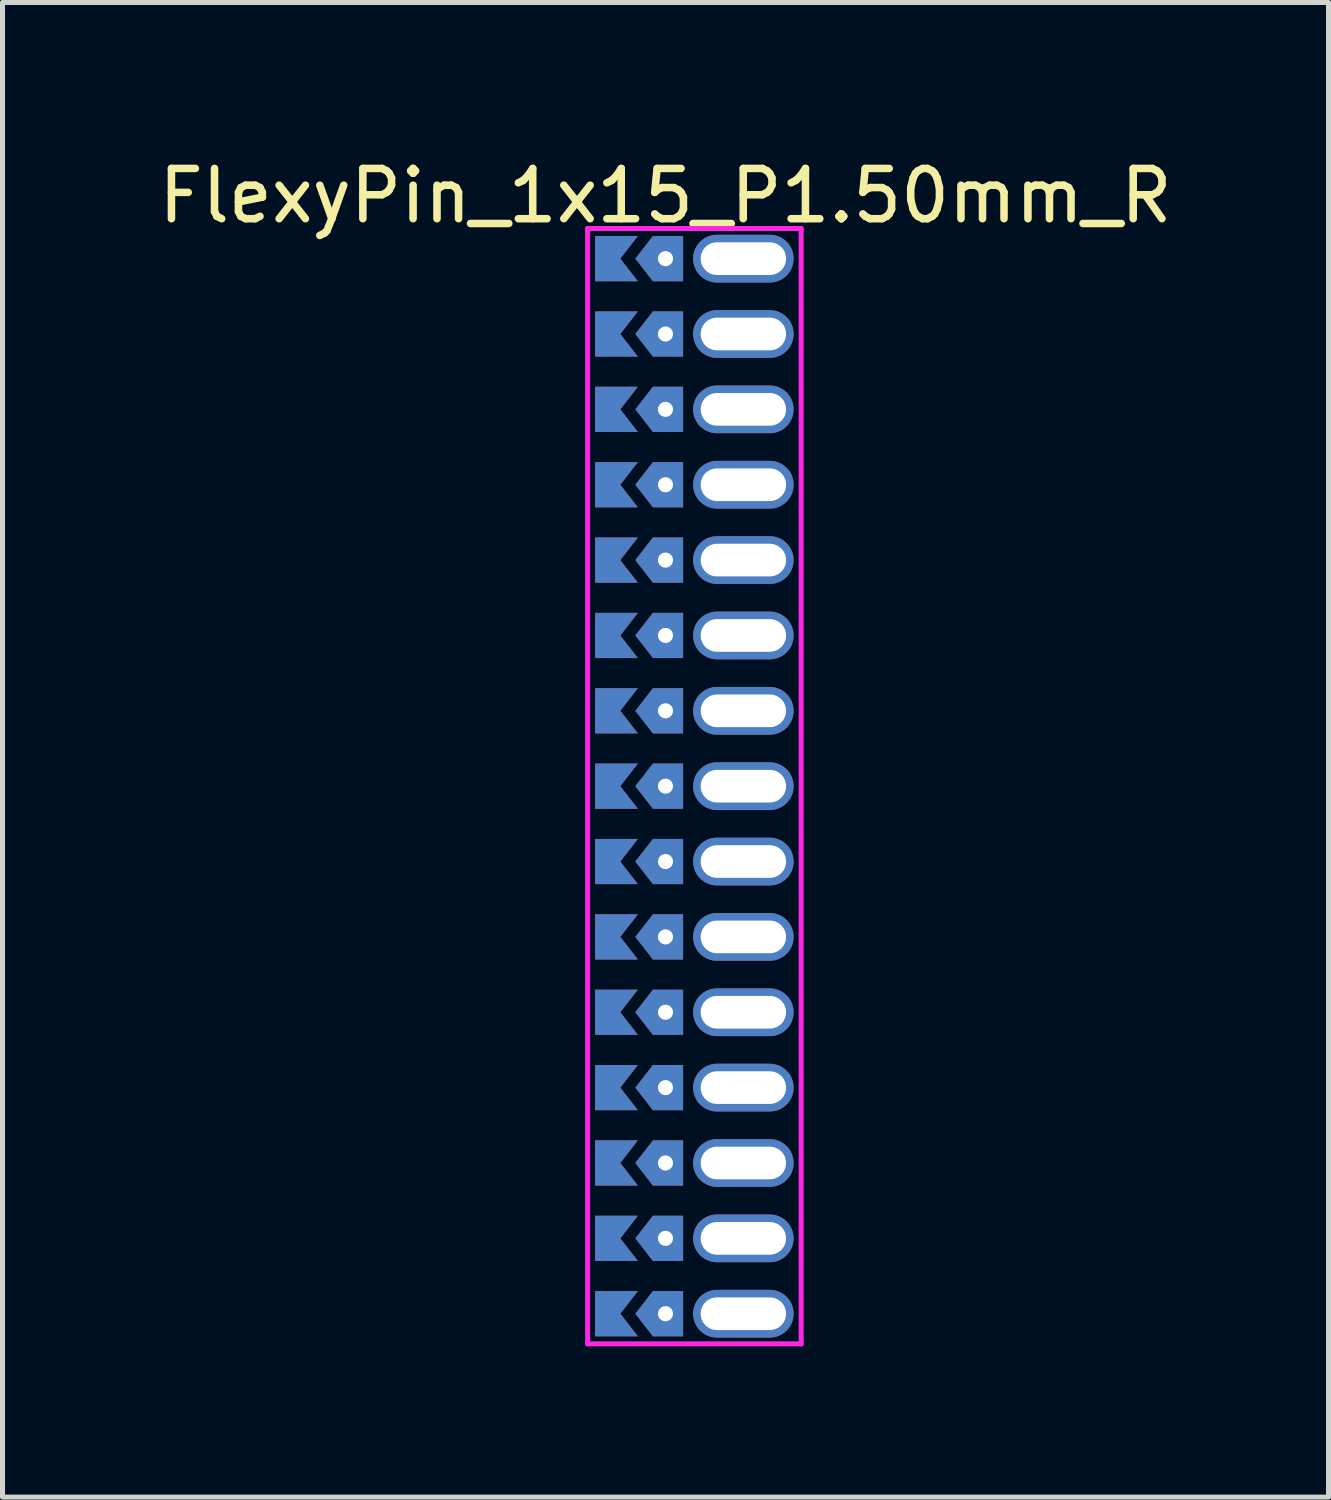
<source format=kicad_pcb>
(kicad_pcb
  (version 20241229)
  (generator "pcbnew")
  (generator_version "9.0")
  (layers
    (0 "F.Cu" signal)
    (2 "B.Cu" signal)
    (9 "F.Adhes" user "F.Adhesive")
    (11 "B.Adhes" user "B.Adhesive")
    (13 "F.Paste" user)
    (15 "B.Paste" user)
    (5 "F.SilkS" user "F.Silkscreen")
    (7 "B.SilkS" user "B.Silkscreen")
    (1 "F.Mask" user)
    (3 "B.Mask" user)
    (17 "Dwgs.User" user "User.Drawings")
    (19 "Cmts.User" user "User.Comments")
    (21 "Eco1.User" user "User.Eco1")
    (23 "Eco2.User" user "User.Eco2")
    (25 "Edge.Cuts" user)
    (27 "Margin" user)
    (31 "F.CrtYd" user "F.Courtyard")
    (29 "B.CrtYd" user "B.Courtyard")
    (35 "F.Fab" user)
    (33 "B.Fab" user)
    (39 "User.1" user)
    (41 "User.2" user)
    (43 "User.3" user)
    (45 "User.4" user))
  (footprint "FlexyPin_1x15_P1.50mm_R"
    (layer "F.Cu")
    (at 10.196 2.098)
    (property "Reference" "FlexyPin_1x15_P1.50mm_R" (at 0 -1.25 0) (layer "F.SilkS") (effects (font (size 1 1) (thickness 0.15))))
    (attr through_hole)
    (fp_line (start -1.55 -0.6) (end 2.7 -0.6) (stroke (width 0.1) (type solid)) (layer "F.CrtYd"))
    (fp_line (start -1.55 21.6) (end -1.55 -0.6) (stroke (width 0.1) (type solid)) (layer "F.CrtYd"))
    (fp_line (start 2.7 -0.6) (end 2.7 21.6) (stroke (width 0.1) (type solid)) (layer "F.CrtYd"))
    (fp_line (start 2.7 21.6) (end -1.55 21.6) (stroke (width 0.1) (type solid)) (layer "F.CrtYd"))
    (pad "" thru_hole custom (at 0 0) (size 0.3 0.3) (drill 0.6) (layers "*.Cu" "*.Mask") (options (anchor rect)) (primitives (gr_poly (pts (xy 0.35 0.45) (xy 0.35 -0.45) (xy -0.25 -0.45) (xy -0.6 0) (xy -0.25 0.45)) (width 0) (fill yes))))
    (pad "" thru_hole custom (at 0 1.5) (size 0.3 0.3) (drill 0.6) (layers "*.Cu" "*.Mask") (options (anchor rect)) (primitives (gr_poly (pts (xy 0.35 0.45) (xy 0.35 -0.45) (xy -0.25 -0.45) (xy -0.6 0) (xy -0.25 0.45)) (width 0) (fill yes))))
    (pad "" thru_hole custom (at 0 3) (size 0.3 0.3) (drill 0.6) (layers "*.Cu" "*.Mask") (options (anchor rect)) (primitives (gr_poly (pts (xy 0.35 0.45) (xy 0.35 -0.45) (xy -0.25 -0.45) (xy -0.6 0) (xy -0.25 0.45)) (width 0) (fill yes))))
    (pad "" thru_hole custom (at 0 4.5) (size 0.3 0.3) (drill 0.6) (layers "*.Cu" "*.Mask") (options (anchor rect)) (primitives (gr_poly (pts (xy 0.35 0.45) (xy 0.35 -0.45) (xy -0.25 -0.45) (xy -0.6 0) (xy -0.25 0.45)) (width 0) (fill yes))))
    (pad "" thru_hole custom (at 0 6) (size 0.3 0.3) (drill 0.6) (layers "*.Cu" "*.Mask") (options (anchor rect)) (primitives (gr_poly (pts (xy 0.35 0.45) (xy 0.35 -0.45) (xy -0.25 -0.45) (xy -0.6 0) (xy -0.25 0.45)) (width 0) (fill yes))))
    (pad "" thru_hole custom (at 0 7.5) (size 0.3 0.3) (drill 0.6) (layers "*.Cu" "*.Mask") (options (anchor rect)) (primitives (gr_poly (pts (xy 0.35 0.45) (xy 0.35 -0.45) (xy -0.25 -0.45) (xy -0.6 0) (xy -0.25 0.45)) (width 0) (fill yes))))
    (pad "" thru_hole custom (at 0 9) (size 0.3 0.3) (drill 0.6) (layers "*.Cu" "*.Mask") (options (anchor rect)) (primitives (gr_poly (pts (xy 0.35 0.45) (xy 0.35 -0.45) (xy -0.25 -0.45) (xy -0.6 0) (xy -0.25 0.45)) (width 0) (fill yes))))
    (pad "" thru_hole custom (at 0 10.5) (size 0.3 0.3) (drill 0.6) (layers "*.Cu" "*.Mask") (options (anchor rect)) (primitives (gr_poly (pts (xy 0.35 0.45) (xy 0.35 -0.45) (xy -0.25 -0.45) (xy -0.6 0) (xy -0.25 0.45)) (width 0) (fill yes))))
    (pad "" thru_hole custom (at 0 12) (size 0.3 0.3) (drill 0.6) (layers "*.Cu" "*.Mask") (options (anchor rect)) (primitives (gr_poly (pts (xy 0.35 0.45) (xy 0.35 -0.45) (xy -0.25 -0.45) (xy -0.6 0) (xy -0.25 0.45)) (width 0) (fill yes))))
    (pad "" thru_hole custom (at 0 13.5) (size 0.3 0.3) (drill 0.6) (layers "*.Cu" "*.Mask") (options (anchor rect)) (primitives (gr_poly (pts (xy 0.35 0.45) (xy 0.35 -0.45) (xy -0.25 -0.45) (xy -0.6 0) (xy -0.25 0.45)) (width 0) (fill yes))))
    (pad "" thru_hole custom (at 0 15) (size 0.3 0.3) (drill 0.6) (layers "*.Cu" "*.Mask") (options (anchor rect)) (primitives (gr_poly (pts (xy 0.35 0.45) (xy 0.35 -0.45) (xy -0.25 -0.45) (xy -0.6 0) (xy -0.25 0.45)) (width 0) (fill yes))))
    (pad "" thru_hole custom (at 0 16.5) (size 0.3 0.3) (drill 0.6) (layers "*.Cu" "*.Mask") (options (anchor rect)) (primitives (gr_poly (pts (xy 0.35 0.45) (xy 0.35 -0.45) (xy -0.25 -0.45) (xy -0.6 0) (xy -0.25 0.45)) (width 0) (fill yes))))
    (pad "" thru_hole custom (at 0 18) (size 0.3 0.3) (drill 0.6) (layers "*.Cu" "*.Mask") (options (anchor rect)) (primitives (gr_poly (pts (xy 0.35 0.45) (xy 0.35 -0.45) (xy -0.25 -0.45) (xy -0.6 0) (xy -0.25 0.45)) (width 0) (fill yes))))
    (pad "" thru_hole custom (at 0 19.5) (size 0.3 0.3) (drill 0.6) (layers "*.Cu" "*.Mask") (options (anchor rect)) (primitives (gr_poly (pts (xy 0.35 0.45) (xy 0.35 -0.45) (xy -0.25 -0.45) (xy -0.6 0) (xy -0.25 0.45)) (width 0) (fill yes))))
    (pad "" thru_hole custom (at 0 21) (size 0.3 0.3) (drill 0.6) (layers "*.Cu" "*.Mask") (options (anchor rect)) (primitives (gr_poly (pts (xy 0.35 0.45) (xy 0.35 -0.45) (xy -0.25 -0.45) (xy -0.6 0) (xy -0.25 0.45)) (width 0) (fill yes))))
    (pad "" thru_hole oval (at 1.55 0) (size 2 0.95) (drill oval 1.7 0.65) (layers "*.Cu" "*.Mask"))
    (pad "" thru_hole oval (at 1.55 1.5) (size 2 0.95) (drill oval 1.7 0.65) (layers "*.Cu" "*.Mask"))
    (pad "" thru_hole oval (at 1.55 3) (size 2 0.95) (drill oval 1.7 0.65) (layers "*.Cu" "*.Mask"))
    (pad "" thru_hole oval (at 1.55 4.5) (size 2 0.95) (drill oval 1.7 0.65) (layers "*.Cu" "*.Mask"))
    (pad "" thru_hole oval (at 1.55 6) (size 2 0.95) (drill oval 1.7 0.65) (layers "*.Cu" "*.Mask"))
    (pad "" thru_hole oval (at 1.55 7.5) (size 2 0.95) (drill oval 1.7 0.65) (layers "*.Cu" "*.Mask"))
    (pad "" thru_hole oval (at 1.55 9) (size 2 0.95) (drill oval 1.7 0.65) (layers "*.Cu" "*.Mask"))
    (pad "" thru_hole oval (at 1.55 10.5) (size 2 0.95) (drill oval 1.7 0.65) (layers "*.Cu" "*.Mask"))
    (pad "" thru_hole oval (at 1.55 12) (size 2 0.95) (drill oval 1.7 0.65) (layers "*.Cu" "*.Mask"))
    (pad "" thru_hole oval (at 1.55 13.5) (size 2 0.95) (drill oval 1.7 0.65) (layers "*.Cu" "*.Mask"))
    (pad "" thru_hole oval (at 1.55 15) (size 2 0.95) (drill oval 1.7 0.65) (layers "*.Cu" "*.Mask"))
    (pad "" thru_hole oval (at 1.55 16.5) (size 2 0.95) (drill oval 1.7 0.65) (layers "*.Cu" "*.Mask"))
    (pad "" thru_hole oval (at 1.55 18) (size 2 0.95) (drill oval 1.7 0.65) (layers "*.Cu" "*.Mask"))
    (pad "" thru_hole oval (at 1.55 19.5) (size 2 0.95) (drill oval 1.7 0.65) (layers "*.Cu" "*.Mask"))
    (pad "" thru_hole oval (at 1.55 21) (size 2 0.95) (drill oval 1.7 0.65) (layers "*.Cu" "*.Mask"))
    (pad "1" smd custom (at -0.9 0) (size 0.01 0.01) (layers "F.Cu" "F.Mask") (options (anchor rect)) (primitives (gr_poly (pts (xy 0 0) (xy 0.35 0.45) (xy -0.5 0.45) (xy -0.5 -0.45) (xy 0.35 -0.45)) (width 0) (fill yes))))
    (pad "2" smd custom (at -0.9 1.5) (size 0.01 0.01) (layers "F.Cu" "F.Mask") (options (anchor rect)) (primitives (gr_poly (pts (xy 0 0) (xy 0.35 0.45) (xy -0.5 0.45) (xy -0.5 -0.45) (xy 0.35 -0.45)) (width 0) (fill yes))))
    (pad "3" smd custom (at -0.9 3) (size 0.01 0.01) (layers "F.Cu" "F.Mask") (options (anchor rect)) (primitives (gr_poly (pts (xy 0 0) (xy 0.35 0.45) (xy -0.5 0.45) (xy -0.5 -0.45) (xy 0.35 -0.45)) (width 0) (fill yes))))
    (pad "4" smd custom (at -0.9 4.5) (size 0.01 0.01) (layers "F.Cu" "F.Mask") (options (anchor rect)) (primitives (gr_poly (pts (xy 0 0) (xy 0.35 0.45) (xy -0.5 0.45) (xy -0.5 -0.45) (xy 0.35 -0.45)) (width 0) (fill yes))))
    (pad "5" smd custom (at -0.9 6) (size 0.01 0.01) (layers "F.Cu" "F.Mask") (options (anchor rect)) (primitives (gr_poly (pts (xy 0 0) (xy 0.35 0.45) (xy -0.5 0.45) (xy -0.5 -0.45) (xy 0.35 -0.45)) (width 0) (fill yes))))
    (pad "6" smd custom (at -0.9 7.5) (size 0.01 0.01) (layers "F.Cu" "F.Mask") (options (anchor rect)) (primitives (gr_poly (pts (xy 0 0) (xy 0.35 0.45) (xy -0.5 0.45) (xy -0.5 -0.45) (xy 0.35 -0.45)) (width 0) (fill yes))))
    (pad "7" smd custom (at -0.9 9) (size 0.01 0.01) (layers "F.Cu" "F.Mask") (options (anchor rect)) (primitives (gr_poly (pts (xy 0 0) (xy 0.35 0.45) (xy -0.5 0.45) (xy -0.5 -0.45) (xy 0.35 -0.45)) (width 0) (fill yes))))
    (pad "8" smd custom (at -0.9 10.5) (size 0.01 0.01) (layers "F.Cu" "F.Mask") (options (anchor rect)) (primitives (gr_poly (pts (xy 0 0) (xy 0.35 0.45) (xy -0.5 0.45) (xy -0.5 -0.45) (xy 0.35 -0.45)) (width 0) (fill yes))))
    (pad "9" smd custom (at -0.9 12) (size 0.01 0.01) (layers "F.Cu" "F.Mask") (options (anchor rect)) (primitives (gr_poly (pts (xy 0 0) (xy 0.35 0.45) (xy -0.5 0.45) (xy -0.5 -0.45) (xy 0.35 -0.45)) (width 0) (fill yes))))
    (pad "10" smd custom (at -0.9 13.5) (size 0.01 0.01) (layers "F.Cu" "F.Mask") (options (anchor rect)) (primitives (gr_poly (pts (xy 0 0) (xy 0.35 0.45) (xy -0.5 0.45) (xy -0.5 -0.45) (xy 0.35 -0.45)) (width 0) (fill yes))))
    (pad "11" smd custom (at -0.9 15) (size 0.01 0.01) (layers "F.Cu" "F.Mask") (options (anchor rect)) (primitives (gr_poly (pts (xy 0 0) (xy 0.35 0.45) (xy -0.5 0.45) (xy -0.5 -0.45) (xy 0.35 -0.45)) (width 0) (fill yes))))
    (pad "12" smd custom (at -0.9 16.5) (size 0.01 0.01) (layers "F.Cu" "F.Mask") (options (anchor rect)) (primitives (gr_poly (pts (xy 0 0) (xy 0.35 0.45) (xy -0.5 0.45) (xy -0.5 -0.45) (xy 0.35 -0.45)) (width 0) (fill yes))))
    (pad "13" smd custom (at -0.9 18) (size 0.01 0.01) (layers "F.Cu" "F.Mask") (options (anchor rect)) (primitives (gr_poly (pts (xy 0 0) (xy 0.35 0.45) (xy -0.5 0.45) (xy -0.5 -0.45) (xy 0.35 -0.45)) (width 0) (fill yes))))
    (pad "14" smd custom (at -0.9 19.5) (size 0.01 0.01) (layers "F.Cu" "F.Mask") (options (anchor rect)) (primitives (gr_poly (pts (xy 0 0) (xy 0.35 0.45) (xy -0.5 0.45) (xy -0.5 -0.45) (xy 0.35 -0.45)) (width 0) (fill yes))))
    (pad "15" smd custom (at -0.9 21) (size 0.01 0.01) (layers "F.Cu" "F.Mask") (options (anchor rect)) (primitives (gr_poly (pts (xy 0 0) (xy 0.35 0.45) (xy -0.5 0.45) (xy -0.5 -0.45) (xy 0.35 -0.45)) (width 0) (fill yes))))
    (pad "16" smd custom (at -0.9 0) (size 0.01 0.01) (layers "B.Cu" "B.Mask") (options (anchor rect)) (primitives (gr_poly (pts (xy 0 0) (xy 0.35 0.45) (xy -0.5 0.45) (xy -0.5 -0.45) (xy 0.35 -0.45)) (width 0) (fill yes))))
    (pad "17" smd custom (at -0.9 1.5) (size 0.01 0.01) (layers "B.Cu" "B.Mask") (options (anchor rect)) (primitives (gr_poly (pts (xy 0 0) (xy 0.35 0.45) (xy -0.5 0.45) (xy -0.5 -0.45) (xy 0.35 -0.45)) (width 0) (fill yes))))
    (pad "18" smd custom (at -0.9 3) (size 0.01 0.01) (layers "B.Cu" "B.Mask") (options (anchor rect)) (primitives (gr_poly (pts (xy 0 0) (xy 0.35 0.45) (xy -0.5 0.45) (xy -0.5 -0.45) (xy 0.35 -0.45)) (width 0) (fill yes))))
    (pad "19" smd custom (at -0.9 4.5) (size 0.01 0.01) (layers "B.Cu" "B.Mask") (options (anchor rect)) (primitives (gr_poly (pts (xy 0 0) (xy 0.35 0.45) (xy -0.5 0.45) (xy -0.5 -0.45) (xy 0.35 -0.45)) (width 0) (fill yes))))
    (pad "20" smd custom (at -0.9 6) (size 0.01 0.01) (layers "B.Cu" "B.Mask") (options (anchor rect)) (primitives (gr_poly (pts (xy 0 0) (xy 0.35 0.45) (xy -0.5 0.45) (xy -0.5 -0.45) (xy 0.35 -0.45)) (width 0) (fill yes))))
    (pad "21" smd custom (at -0.9 7.5) (size 0.01 0.01) (layers "B.Cu" "B.Mask") (options (anchor rect)) (primitives (gr_poly (pts (xy 0 0) (xy 0.35 0.45) (xy -0.5 0.45) (xy -0.5 -0.45) (xy 0.35 -0.45)) (width 0) (fill yes))))
    (pad "22" smd custom (at -0.9 9) (size 0.01 0.01) (layers "B.Cu" "B.Mask") (options (anchor rect)) (primitives (gr_poly (pts (xy 0 0) (xy 0.35 0.45) (xy -0.5 0.45) (xy -0.5 -0.45) (xy 0.35 -0.45)) (width 0) (fill yes))))
    (pad "23" smd custom (at -0.9 10.5) (size 0.01 0.01) (layers "B.Cu" "B.Mask") (options (anchor rect)) (primitives (gr_poly (pts (xy 0 0) (xy 0.35 0.45) (xy -0.5 0.45) (xy -0.5 -0.45) (xy 0.35 -0.45)) (width 0) (fill yes))))
    (pad "24" smd custom (at -0.9 12) (size 0.01 0.01) (layers "B.Cu" "B.Mask") (options (anchor rect)) (primitives (gr_poly (pts (xy 0 0) (xy 0.35 0.45) (xy -0.5 0.45) (xy -0.5 -0.45) (xy 0.35 -0.45)) (width 0) (fill yes))))
    (pad "25" smd custom (at -0.9 13.5) (size 0.01 0.01) (layers "B.Cu" "B.Mask") (options (anchor rect)) (primitives (gr_poly (pts (xy 0 0) (xy 0.35 0.45) (xy -0.5 0.45) (xy -0.5 -0.45) (xy 0.35 -0.45)) (width 0) (fill yes))))
    (pad "26" smd custom (at -0.9 15) (size 0.01 0.01) (layers "B.Cu" "B.Mask") (options (anchor rect)) (primitives (gr_poly (pts (xy 0 0) (xy 0.35 0.45) (xy -0.5 0.45) (xy -0.5 -0.45) (xy 0.35 -0.45)) (width 0) (fill yes))))
    (pad "27" smd custom (at -0.9 16.5) (size 0.01 0.01) (layers "B.Cu" "B.Mask") (options (anchor rect)) (primitives (gr_poly (pts (xy 0 0) (xy 0.35 0.45) (xy -0.5 0.45) (xy -0.5 -0.45) (xy 0.35 -0.45)) (width 0) (fill yes))))
    (pad "28" smd custom (at -0.9 18) (size 0.01 0.01) (layers "B.Cu" "B.Mask") (options (anchor rect)) (primitives (gr_poly (pts (xy 0 0) (xy 0.35 0.45) (xy -0.5 0.45) (xy -0.5 -0.45) (xy 0.35 -0.45)) (width 0) (fill yes))))
    (pad "29" smd custom (at -0.9 19.5) (size 0.01 0.01) (layers "B.Cu" "B.Mask") (options (anchor rect)) (primitives (gr_poly (pts (xy 0 0) (xy 0.35 0.45) (xy -0.5 0.45) (xy -0.5 -0.45) (xy 0.35 -0.45)) (width 0) (fill yes))))
    (pad "30" smd custom (at -0.9 21) (size 0.01 0.01) (layers "B.Cu" "B.Mask") (options (anchor rect)) (primitives (gr_poly (pts (xy 0 0) (xy 0.35 0.45) (xy -0.5 0.45) (xy -0.5 -0.45) (xy 0.35 -0.45)) (width 0) (fill yes)))))
  (gr_rect
    (start -3 -3)
    (end 23.393 26.748)
    (stroke (width 0.1) (type default))
    (fill no)
    (layer "Edge.Cuts")))
</source>
